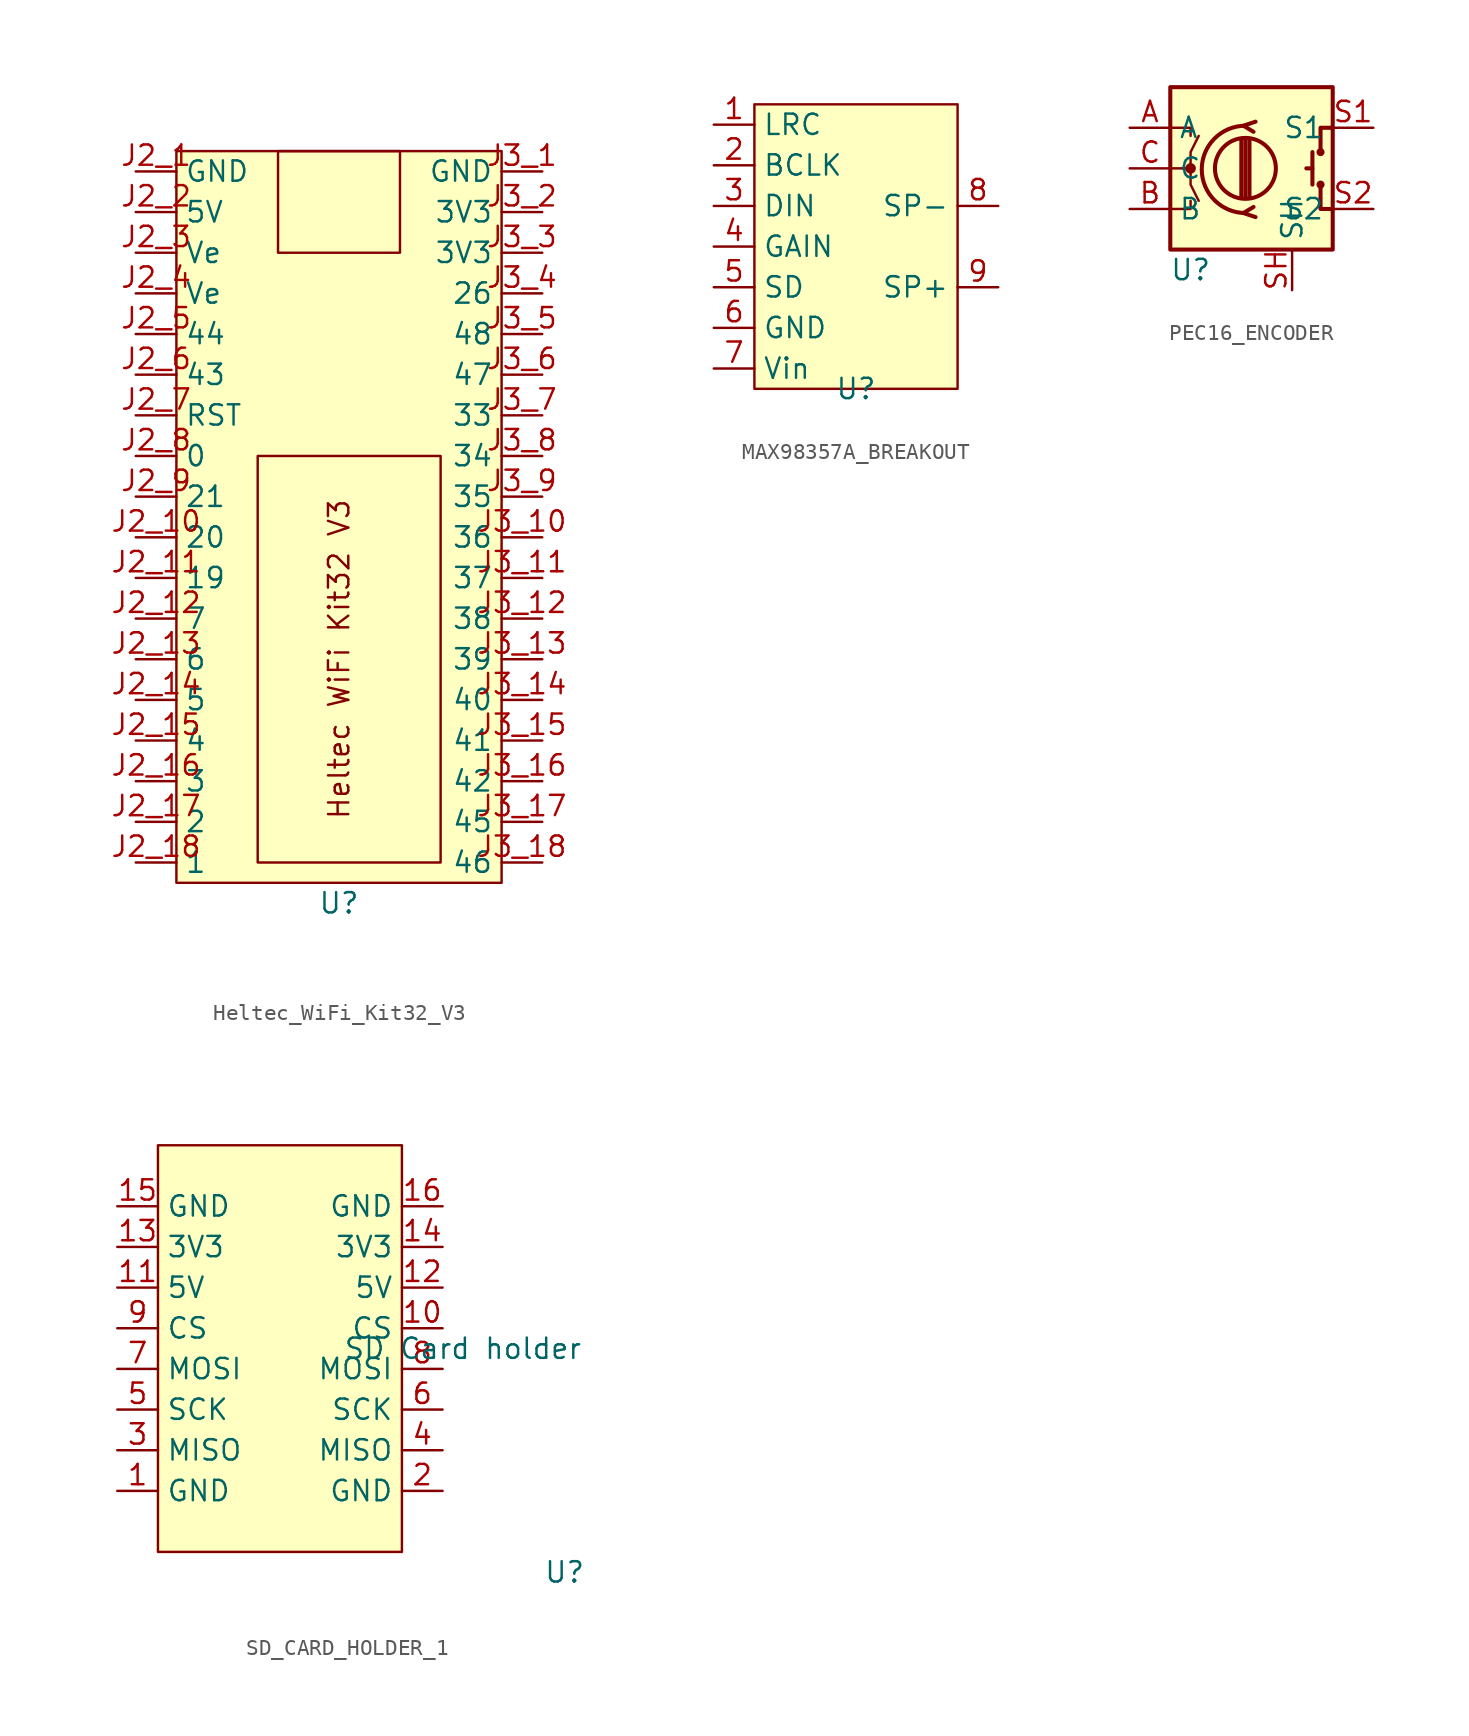
<source format=kicad_sym>
(kicad_symbol_lib
  (version 20220914)
  (generator kicad_symbol_editor)
  (symbol "Heltec_WiFi_Kit32_V3"
    (property "Reference" "U"
      (at 0 0 0)
      (effects (font (size 1.27 1.27))))
    (property "Value" ""
      (at 0 0 0)
      (effects (font (size 1.27 1.27))))
    (symbol "Heltec_WiFi_Kit32_V3_1_1"
      (rectangle (start -10.16 46.99) (end 10.16 1.27) (stroke (width 0) (type default)) (fill (type background)))
      (rectangle (start -5.08 27.94) (end 6.35 2.54) (stroke (width 0) (type default)) (fill (type none)))
      (rectangle (start -3.81 46.99) (end 3.81 40.64) (stroke (width 0) (type default)) (fill (type none)))
      (text "Heltec WiFi Kit32 V3" (at 0 15.24 900) (effects (font (size 1.27 1.27))))
      (pin power_in line (at -12.7 45.72 0) (length 2.54) (name "GND" (effects (font (size 1.27 1.27)))) (number "J2_1" (effects (font (size 1.27 1.27)))))
      (pin bidirectional line (at -12.7 22.86 0) (length 2.54) (name "20" (effects (font (size 1.27 1.27)))) (number "J2_10" (effects (font (size 1.27 1.27)))))
      (pin bidirectional line (at -12.7 20.32 0) (length 2.54) (name "19" (effects (font (size 1.27 1.27)))) (number "J2_11" (effects (font (size 1.27 1.27)))))
      (pin bidirectional line (at -12.7 17.78 0) (length 2.54) (name "7" (effects (font (size 1.27 1.27)))) (number "J2_12" (effects (font (size 1.27 1.27)))))
      (pin bidirectional line (at -12.7 15.24 0) (length 2.54) (name "6" (effects (font (size 1.27 1.27)))) (number "J2_13" (effects (font (size 1.27 1.27)))))
      (pin bidirectional line (at -12.7 12.7 0) (length 2.54) (name "5" (effects (font (size 1.27 1.27)))) (number "J2_14" (effects (font (size 1.27 1.27)))))
      (pin bidirectional line (at -12.7 10.16 0) (length 2.54) (name "4" (effects (font (size 1.27 1.27)))) (number "J2_15" (effects (font (size 1.27 1.27)))))
      (pin bidirectional line (at -12.7 7.62 0) (length 2.54) (name "3" (effects (font (size 1.27 1.27)))) (number "J2_16" (effects (font (size 1.27 1.27)))))
      (pin bidirectional line (at -12.7 5.08 0) (length 2.54) (name "2" (effects (font (size 1.27 1.27)))) (number "J2_17" (effects (font (size 1.27 1.27)))))
      (pin bidirectional line (at -12.7 2.54 0) (length 2.54) (name "1" (effects (font (size 1.27 1.27)))) (number "J2_18" (effects (font (size 1.27 1.27)))))
      (pin power_in line (at -12.7 43.18 0) (length 2.54) (name "5V" (effects (font (size 1.27 1.27)))) (number "J2_2" (effects (font (size 1.27 1.27)))))
      (pin power_out line (at -12.7 40.64 0) (length 2.54) (name "Ve" (effects (font (size 1.27 1.27)))) (number "J2_3" (effects (font (size 1.27 1.27)))))
      (pin power_out line (at -12.7 38.1 0) (length 2.54) (name "Ve" (effects (font (size 1.27 1.27)))) (number "J2_4" (effects (font (size 1.27 1.27)))))
      (pin bidirectional line (at -12.7 35.56 0) (length 2.54) (name "44" (effects (font (size 1.27 1.27)))) (number "J2_5" (effects (font (size 1.27 1.27)))))
      (pin bidirectional line (at -12.7 33.02 0) (length 2.54) (name "43" (effects (font (size 1.27 1.27)))) (number "J2_6" (effects (font (size 1.27 1.27)))))
      (pin bidirectional line (at -12.7 30.48 0) (length 2.54) (name "RST" (effects (font (size 1.27 1.27)))) (number "J2_7" (effects (font (size 1.27 1.27)))))
      (pin bidirectional line (at -12.7 27.94 0) (length 2.54) (name "0" (effects (font (size 1.27 1.27)))) (number "J2_8" (effects (font (size 1.27 1.27)))))
      (pin bidirectional line (at -12.7 25.4 0) (length 2.54) (name "21" (effects (font (size 1.27 1.27)))) (number "J2_9" (effects (font (size 1.27 1.27)))))
      (pin power_in line (at 12.7 45.72 180) (length 2.54) (name "GND" (effects (font (size 1.27 1.27)))) (number "J3_1" (effects (font (size 1.27 1.27)))))
      (pin bidirectional line (at 12.7 22.86 180) (length 2.54) (name "36" (effects (font (size 1.27 1.27)))) (number "J3_10" (effects (font (size 1.27 1.27)))))
      (pin bidirectional line (at 12.7 20.32 180) (length 2.54) (name "37" (effects (font (size 1.27 1.27)))) (number "J3_11" (effects (font (size 1.27 1.27)))))
      (pin bidirectional line (at 12.7 17.78 180) (length 2.54) (name "38" (effects (font (size 1.27 1.27)))) (number "J3_12" (effects (font (size 1.27 1.27)))))
      (pin bidirectional line (at 12.7 15.24 180) (length 2.54) (name "39" (effects (font (size 1.27 1.27)))) (number "J3_13" (effects (font (size 1.27 1.27)))))
      (pin bidirectional line (at 12.7 12.7 180) (length 2.54) (name "40" (effects (font (size 1.27 1.27)))) (number "J3_14" (effects (font (size 1.27 1.27)))))
      (pin bidirectional line (at 12.7 10.16 180) (length 2.54) (name "41" (effects (font (size 1.27 1.27)))) (number "J3_15" (effects (font (size 1.27 1.27)))))
      (pin bidirectional line (at 12.7 7.62 180) (length 2.54) (name "42" (effects (font (size 1.27 1.27)))) (number "J3_16" (effects (font (size 1.27 1.27)))))
      (pin bidirectional line (at 12.7 5.08 180) (length 2.54) (name "45" (effects (font (size 1.27 1.27)))) (number "J3_17" (effects (font (size 1.27 1.27)))))
      (pin bidirectional line (at 12.7 2.54 180) (length 2.54) (name "46" (effects (font (size 1.27 1.27)))) (number "J3_18" (effects (font (size 1.27 1.27)))))
      (pin power_out line (at 12.7 43.18 180) (length 2.54) (name "3V3" (effects (font (size 1.27 1.27)))) (number "J3_2" (effects (font (size 1.27 1.27)))))
      (pin power_out line (at 12.7 40.64 180) (length 2.54) (name "3V3" (effects (font (size 1.27 1.27)))) (number "J3_3" (effects (font (size 1.27 1.27)))))
      (pin bidirectional line (at 12.7 38.1 180) (length 2.54) (name "26" (effects (font (size 1.27 1.27)))) (number "J3_4" (effects (font (size 1.27 1.27)))))
      (pin bidirectional line (at 12.7 35.56 180) (length 2.54) (name "48" (effects (font (size 1.27 1.27)))) (number "J3_5" (effects (font (size 1.27 1.27)))))
      (pin bidirectional line (at 12.7 33.02 180) (length 2.54) (name "47" (effects (font (size 1.27 1.27)))) (number "J3_6" (effects (font (size 1.27 1.27)))))
      (pin bidirectional line (at 12.7 30.48 180) (length 2.54) (name "33" (effects (font (size 1.27 1.27)))) (number "J3_7" (effects (font (size 1.27 1.27)))))
      (pin bidirectional line (at 12.7 27.94 180) (length 2.54) (name "34" (effects (font (size 1.27 1.27)))) (number "J3_8" (effects (font (size 1.27 1.27)))))
      (pin bidirectional line (at 12.7 25.4 180) (length 2.54) (name "35" (effects (font (size 1.27 1.27)))) (number "J3_9" (effects (font (size 1.27 1.27)))))))
  (symbol "MAX98357A_BREAKOUT"
    (property "Reference" "U"
      (at 0 0 0)
      (effects (font (size 1.27 1.27))))
    (property "Value" ""
      (at 0 1.27 0)
      (effects (font (size 1.27 1.27))))
    (symbol "MAX98357A_BREAKOUT_1_1"
      (rectangle (start -6.35 17.78) (end 6.35 0) (stroke (width 0) (type default)) (fill (type background)))
      (pin input line (at -8.89 16.51 0) (length 2.54) (name "LRC" (effects (font (size 1.27 1.27)))) (number "1" (effects (font (size 1.27 1.27)))))
      (pin input line (at -8.89 13.97 0) (length 2.54) (name "BCLK" (effects (font (size 1.27 1.27)))) (number "2" (effects (font (size 1.27 1.27)))))
      (pin input line (at -8.89 11.43 0) (length 2.54) (name "DIN" (effects (font (size 1.27 1.27)))) (number "3" (effects (font (size 1.27 1.27)))))
      (pin input line (at -8.89 8.89 0) (length 2.54) (name "GAIN" (effects (font (size 1.27 1.27)))) (number "4" (effects (font (size 1.27 1.27)))))
      (pin input line (at -8.89 6.35 0) (length 2.54) (name "SD" (effects (font (size 1.27 1.27)))) (number "5" (effects (font (size 1.27 1.27)))))
      (pin power_in line (at -8.89 3.81 0) (length 2.54) (name "GND" (effects (font (size 1.27 1.27)))) (number "6" (effects (font (size 1.27 1.27)))))
      (pin power_in line (at -8.89 1.27 0) (length 2.54) (name "Vin" (effects (font (size 1.27 1.27)))) (number "7" (effects (font (size 1.27 1.27)))))
      (pin output line (at 8.89 11.43 180) (length 2.54) (name "SP-" (effects (font (size 1.27 1.27)))) (number "8" (effects (font (size 1.27 1.27)))))
      (pin output line (at 8.89 6.35 180) (length 2.54) (name "SP+" (effects (font (size 1.27 1.27)))) (number "9" (effects (font (size 1.27 1.27)))))))
  (symbol "PEC16_ENCODER"
    (property "Reference" "U"
      (at -3.81 6.35 0)
      (effects (font (size 1.27 1.27))))
    (property "Value" ""
      (at 0 6.35 0)
      (effects (font (size 1.27 1.27))))
    (symbol "PEC16_ENCODER_0_1"
      (rectangle (start -5.08 17.78) (end 5.08 7.62) (stroke (width 0.254) (type default)) (fill (type background)))
      (circle (center -3.81 12.7) (radius 0.254) (stroke (width 0) (type default)) (fill (type outline)))
      (circle (center -0.381 12.7) (radius 1.905) (stroke (width 0.254) (type default)) (fill (type none)))
      (arc (start -0.381 15.367) (mid -3.0988 12.6365) (end -0.381 9.906) (stroke (width 0.254) (type default)) (fill (type none)))
      (polyline (pts (xy -0.635 10.922) (xy -0.635 14.478)) (stroke (width 0.254) (type default)) (fill (type none)))
      (polyline (pts (xy -0.381 10.922) (xy -0.381 14.478)) (stroke (width 0.254) (type default)) (fill (type none)))
      (polyline (pts (xy -0.127 14.478) (xy -0.127 10.922)) (stroke (width 0.254) (type default)) (fill (type none)))
      (polyline (pts (xy 3.81 12.7) (xy 3.429 12.7)) (stroke (width 0.254) (type default)) (fill (type none)))
      (polyline (pts (xy 3.81 13.716) (xy 3.81 11.684)) (stroke (width 0.254) (type default)) (fill (type none)))
      (polyline (pts (xy -5.08 10.16) (xy -3.81 10.16) (xy -3.81 10.668)) (stroke (width 0) (type default)) (fill (type none)))
      (polyline (pts (xy -5.08 15.24) (xy -3.81 15.24) (xy -3.81 14.732)) (stroke (width 0) (type default)) (fill (type none)))
      (polyline (pts (xy 0.254 9.652) (xy -0.508 9.906) (xy 0.127 10.287)) (stroke (width 0.254) (type default)) (fill (type none)))
      (polyline (pts (xy 0.254 15.621) (xy -0.508 15.367) (xy 0.127 14.986)) (stroke (width 0.254) (type default)) (fill (type none)))
      (polyline (pts (xy 5.08 10.16) (xy 4.318 10.16) (xy 4.318 11.684)) (stroke (width 0.254) (type default)) (fill (type none)))
      (polyline (pts (xy 5.08 15.24) (xy 4.318 15.24) (xy 4.318 13.716)) (stroke (width 0.254) (type default)) (fill (type none)))
      (polyline (pts (xy -5.08 12.7) (xy -3.81 12.7) (xy -3.81 11.684) (xy -3.302 10.668)) (stroke (width 0) (type default)) (fill (type none)))
      (polyline (pts (xy -4.318 12.7) (xy -3.81 12.7) (xy -3.81 13.716) (xy -3.302 14.732)) (stroke (width 0) (type default)) (fill (type none)))
      (circle (center 4.318 11.684) (radius 0.127) (stroke (width 0.254) (type default)) (fill (type none)))
      (circle (center 4.318 13.716) (radius 0.127) (stroke (width 0.254) (type default)) (fill (type none))))
    (symbol "PEC16_ENCODER_1_1"
      (pin passive line (at -7.62 15.24 0) (length 2.54) (name "A" (effects (font (size 1.27 1.27)))) (number "A" (effects (font (size 1.27 1.27)))))
      (pin passive line (at -7.62 10.16 0) (length 2.54) (name "B" (effects (font (size 1.27 1.27)))) (number "B" (effects (font (size 1.27 1.27)))))
      (pin passive line (at -7.62 12.7 0) (length 2.54) (name "C" (effects (font (size 1.27 1.27)))) (number "C" (effects (font (size 1.27 1.27)))))
      (pin passive line (at 7.62 15.24 180) (length 2.54) (name "S1" (effects (font (size 1.27 1.27)))) (number "S1" (effects (font (size 1.27 1.27)))))
      (pin passive line (at 7.62 10.16 180) (length 2.54) (name "S2" (effects (font (size 1.27 1.27)))) (number "S2" (effects (font (size 1.27 1.27)))))
      (pin input line (at 2.54 5.08 90) (length 2.54) (name "SH" (effects (font (size 1.27 1.27)))) (number "SH" (effects (font (size 1.27 1.27)))))))
  (symbol "SD_CARD_HOLDER_1"
    (property "Reference" "U"
      (at 17.78 0 0)
      (effects (font (size 1.27 1.27))))
    (property "Value" "SD Card holder"
      (at 11.43 13.97 0)
      (effects (font (size 1.27 1.27))))
    (symbol "SD_CARD_HOLDER_1_1_1"
      (rectangle (start -7.62 26.67) (end 7.62 1.27) (stroke (width 0) (type default)) (fill (type background)))
      (pin power_in line (at -10.16 5.08 0) (length 2.54) (name "GND" (effects (font (size 1.27 1.27)))) (number "1" (effects (font (size 1.27 1.27)))))
      (pin input line (at 10.16 15.24 180) (length 2.54) (name "CS" (effects (font (size 1.27 1.27)))) (number "10" (effects (font (size 1.27 1.27)))))
      (pin power_in line (at -10.16 17.78 0) (length 2.54) (name "5V" (effects (font (size 1.27 1.27)))) (number "11" (effects (font (size 1.27 1.27)))))
      (pin power_in line (at 10.16 17.78 180) (length 2.54) (name "5V" (effects (font (size 1.27 1.27)))) (number "12" (effects (font (size 1.27 1.27)))))
      (pin power_in line (at -10.16 20.32 0) (length 2.54) (name "3V3" (effects (font (size 1.27 1.27)))) (number "13" (effects (font (size 1.27 1.27)))))
      (pin power_in line (at 10.16 20.32 180) (length 2.54) (name "3V3" (effects (font (size 1.27 1.27)))) (number "14" (effects (font (size 1.27 1.27)))))
      (pin power_in line (at -10.16 22.86 0) (length 2.54) (name "GND" (effects (font (size 1.27 1.27)))) (number "15" (effects (font (size 1.27 1.27)))))
      (pin power_in line (at 10.16 22.86 180) (length 2.54) (name "GND" (effects (font (size 1.27 1.27)))) (number "16" (effects (font (size 1.27 1.27)))))
      (pin power_in line (at 10.16 5.08 180) (length 2.54) (name "GND" (effects (font (size 1.27 1.27)))) (number "2" (effects (font (size 1.27 1.27)))))
      (pin output line (at -10.16 7.62 0) (length 2.54) (name "MISO" (effects (font (size 1.27 1.27)))) (number "3" (effects (font (size 1.27 1.27)))))
      (pin output line (at 10.16 7.62 180) (length 2.54) (name "MISO" (effects (font (size 1.27 1.27)))) (number "4" (effects (font (size 1.27 1.27)))))
      (pin input line (at -10.16 10.16 0) (length 2.54) (name "SCK" (effects (font (size 1.27 1.27)))) (number "5" (effects (font (size 1.27 1.27)))))
      (pin input line (at 10.16 10.16 180) (length 2.54) (name "SCK" (effects (font (size 1.27 1.27)))) (number "6" (effects (font (size 1.27 1.27)))))
      (pin input line (at -10.16 12.7 0) (length 2.54) (name "MOSI" (effects (font (size 1.27 1.27)))) (number "7" (effects (font (size 1.27 1.27)))))
      (pin input line (at 10.16 12.7 180) (length 2.54) (name "MOSI" (effects (font (size 1.27 1.27)))) (number "8" (effects (font (size 1.27 1.27)))))
      (pin input line (at -10.16 15.24 0) (length 2.54) (name "CS" (effects (font (size 1.27 1.27)))) (number "9" (effects (font (size 1.27 1.27))))))))
</source>
